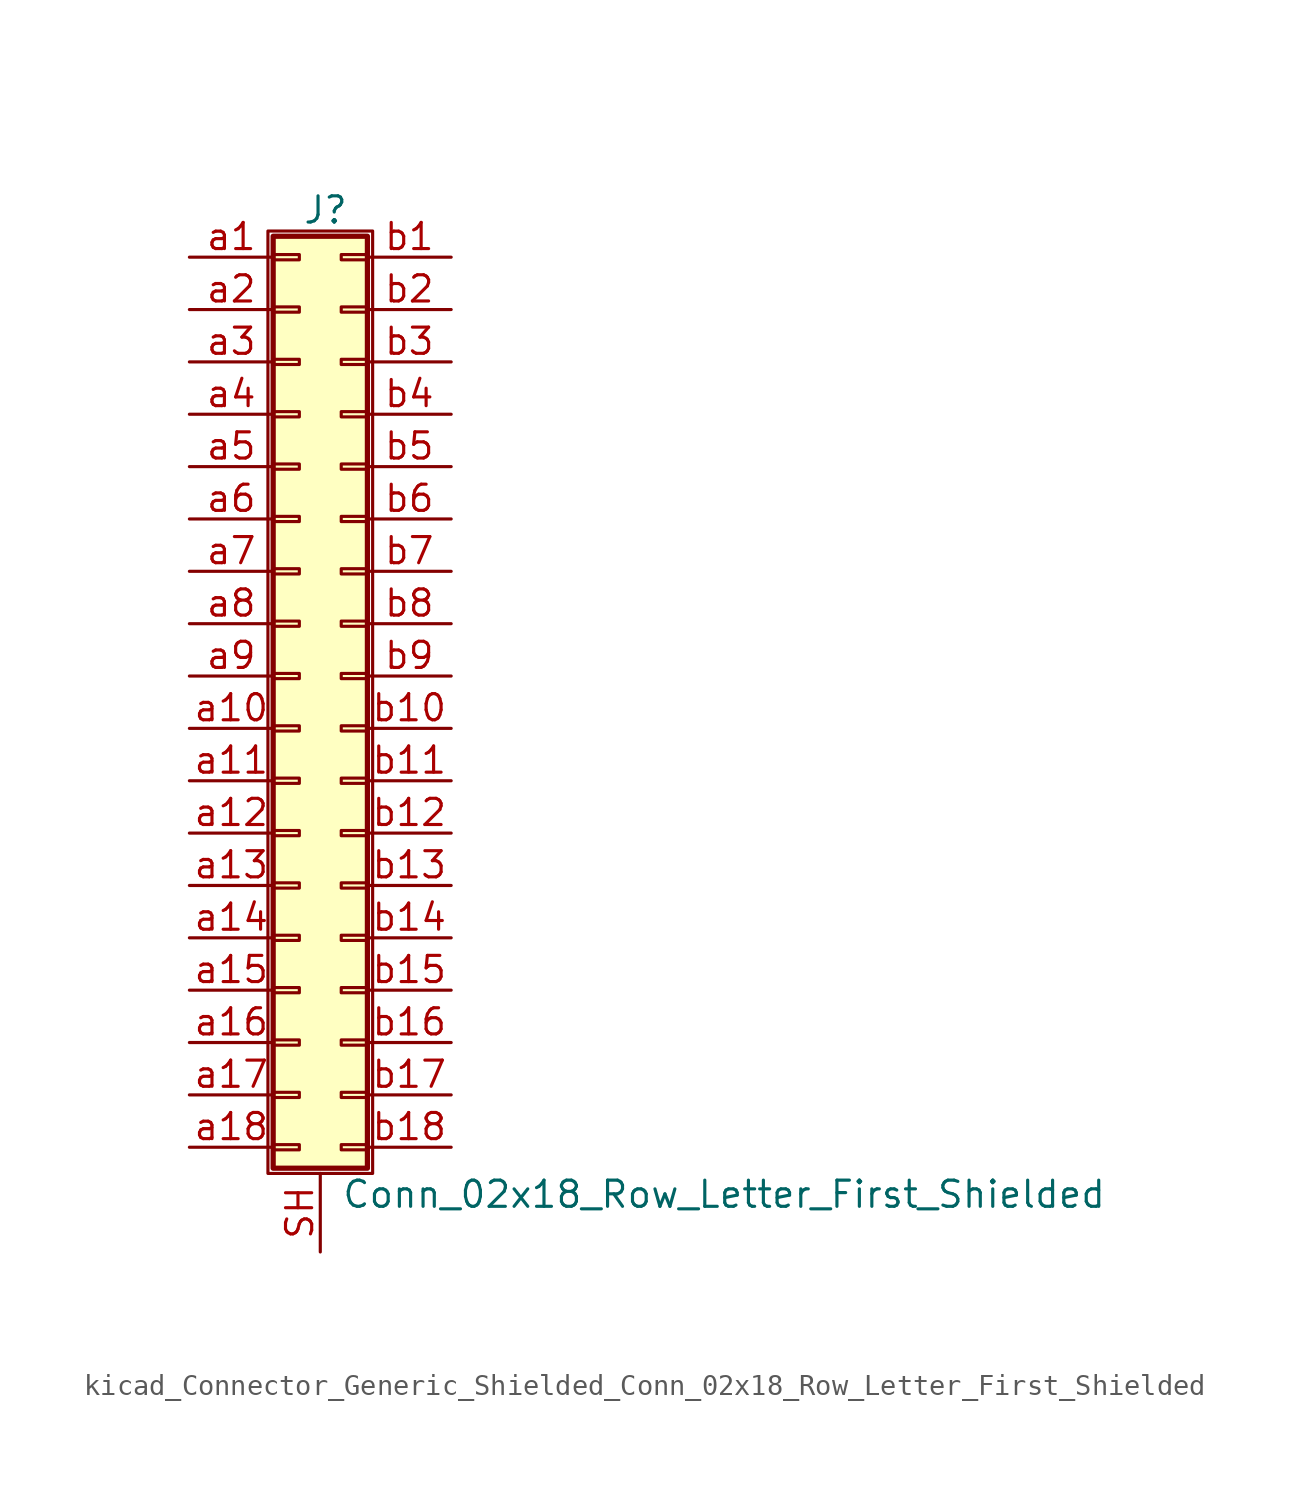
<source format=kicad_sym>
(kicad_symbol_lib
  (version 20220914)
  (generator kicad_symbol_editor)
  (symbol "kicad_Connector_Generic_Shielded_Conn_02x18_Row_Letter_First_Shielded"
    (pin_names
      (offset 1.016) hide)
    (property "Reference" "J"
      (at 1.524 22.606 0)
      (effects (font (size 1.27 1.27))))
    (property "Value" "Conn_02x18_Row_Letter_First_Shielded"
      (at 2.286 -25.146 0)
      (effects (font (size 1.27 1.27)) (justify left)))
    (symbol "kicad_Connector_Generic_Shielded_Conn_02x18_Row_Letter_First_Shielded_1_1"
      (rectangle (start -1.27 21.59) (end 3.81 -24.13) (stroke (width 0.152) (type default)) (fill (type none)))
      (rectangle (start -1.016 -22.733) (end 0.254 -22.987) (stroke (width 0.152) (type default)) (fill (type none)))
      (rectangle (start -1.016 -20.193) (end 0.254 -20.447) (stroke (width 0.152) (type default)) (fill (type none)))
      (rectangle (start -1.016 -17.653) (end 0.254 -17.907) (stroke (width 0.152) (type default)) (fill (type none)))
      (rectangle (start -1.016 -15.113) (end 0.254 -15.367) (stroke (width 0.152) (type default)) (fill (type none)))
      (rectangle (start -1.016 -12.573) (end 0.254 -12.827) (stroke (width 0.152) (type default)) (fill (type none)))
      (rectangle (start -1.016 -10.033) (end 0.254 -10.287) (stroke (width 0.152) (type default)) (fill (type none)))
      (rectangle (start -1.016 -7.493) (end 0.254 -7.747) (stroke (width 0.152) (type default)) (fill (type none)))
      (rectangle (start -1.016 -4.953) (end 0.254 -5.207) (stroke (width 0.152) (type default)) (fill (type none)))
      (rectangle (start -1.016 -2.413) (end 0.254 -2.667) (stroke (width 0.152) (type default)) (fill (type none)))
      (rectangle (start -1.016 0.127) (end 0.254 -0.127) (stroke (width 0.152) (type default)) (fill (type none)))
      (rectangle (start -1.016 2.667) (end 0.254 2.413) (stroke (width 0.152) (type default)) (fill (type none)))
      (rectangle (start -1.016 5.207) (end 0.254 4.953) (stroke (width 0.152) (type default)) (fill (type none)))
      (rectangle (start -1.016 7.747) (end 0.254 7.493) (stroke (width 0.152) (type default)) (fill (type none)))
      (rectangle (start -1.016 10.287) (end 0.254 10.033) (stroke (width 0.152) (type default)) (fill (type none)))
      (rectangle (start -1.016 12.827) (end 0.254 12.573) (stroke (width 0.152) (type default)) (fill (type none)))
      (rectangle (start -1.016 15.367) (end 0.254 15.113) (stroke (width 0.152) (type default)) (fill (type none)))
      (rectangle (start -1.016 17.907) (end 0.254 17.653) (stroke (width 0.152) (type default)) (fill (type none)))
      (rectangle (start -1.016 20.447) (end 0.254 20.193) (stroke (width 0.152) (type default)) (fill (type none)))
      (rectangle (start -1.016 21.336) (end 3.556 -23.876) (stroke (width 0.254) (type default)) (fill (type background)))
      (rectangle (start 3.556 -22.733) (end 2.286 -22.987) (stroke (width 0.152) (type default)) (fill (type none)))
      (rectangle (start 3.556 -20.193) (end 2.286 -20.447) (stroke (width 0.152) (type default)) (fill (type none)))
      (rectangle (start 3.556 -17.653) (end 2.286 -17.907) (stroke (width 0.152) (type default)) (fill (type none)))
      (rectangle (start 3.556 -15.113) (end 2.286 -15.367) (stroke (width 0.152) (type default)) (fill (type none)))
      (rectangle (start 3.556 -12.573) (end 2.286 -12.827) (stroke (width 0.152) (type default)) (fill (type none)))
      (rectangle (start 3.556 -10.033) (end 2.286 -10.287) (stroke (width 0.152) (type default)) (fill (type none)))
      (rectangle (start 3.556 -7.493) (end 2.286 -7.747) (stroke (width 0.152) (type default)) (fill (type none)))
      (rectangle (start 3.556 -4.953) (end 2.286 -5.207) (stroke (width 0.152) (type default)) (fill (type none)))
      (rectangle (start 3.556 -2.413) (end 2.286 -2.667) (stroke (width 0.152) (type default)) (fill (type none)))
      (rectangle (start 3.556 0.127) (end 2.286 -0.127) (stroke (width 0.152) (type default)) (fill (type none)))
      (rectangle (start 3.556 2.667) (end 2.286 2.413) (stroke (width 0.152) (type default)) (fill (type none)))
      (rectangle (start 3.556 5.207) (end 2.286 4.953) (stroke (width 0.152) (type default)) (fill (type none)))
      (rectangle (start 3.556 7.747) (end 2.286 7.493) (stroke (width 0.152) (type default)) (fill (type none)))
      (rectangle (start 3.556 10.287) (end 2.286 10.033) (stroke (width 0.152) (type default)) (fill (type none)))
      (rectangle (start 3.556 12.827) (end 2.286 12.573) (stroke (width 0.152) (type default)) (fill (type none)))
      (rectangle (start 3.556 15.367) (end 2.286 15.113) (stroke (width 0.152) (type default)) (fill (type none)))
      (rectangle (start 3.556 17.907) (end 2.286 17.653) (stroke (width 0.152) (type default)) (fill (type none)))
      (rectangle (start 3.556 20.447) (end 2.286 20.193) (stroke (width 0.152) (type default)) (fill (type none)))
      (pin passive line (at 1.27 -27.94 90) (length 3.81) (name "Shield" (effects (font (size 1.27 1.27)))) (number "SH" (effects (font (size 1.27 1.27)))))
      (pin passive line (at -5.08 20.32 0) (length 4.064) (name "Pin_a1" (effects (font (size 1.27 1.27)))) (number "a1" (effects (font (size 1.27 1.27)))))
      (pin passive line (at -5.08 -2.54 0) (length 4.064) (name "Pin_a10" (effects (font (size 1.27 1.27)))) (number "a10" (effects (font (size 1.27 1.27)))))
      (pin passive line (at -5.08 -5.08 0) (length 4.064) (name "Pin_a11" (effects (font (size 1.27 1.27)))) (number "a11" (effects (font (size 1.27 1.27)))))
      (pin passive line (at -5.08 -7.62 0) (length 4.064) (name "Pin_a12" (effects (font (size 1.27 1.27)))) (number "a12" (effects (font (size 1.27 1.27)))))
      (pin passive line (at -5.08 -10.16 0) (length 4.064) (name "Pin_a13" (effects (font (size 1.27 1.27)))) (number "a13" (effects (font (size 1.27 1.27)))))
      (pin passive line (at -5.08 -12.7 0) (length 4.064) (name "Pin_a14" (effects (font (size 1.27 1.27)))) (number "a14" (effects (font (size 1.27 1.27)))))
      (pin passive line (at -5.08 -15.24 0) (length 4.064) (name "Pin_a15" (effects (font (size 1.27 1.27)))) (number "a15" (effects (font (size 1.27 1.27)))))
      (pin passive line (at -5.08 -17.78 0) (length 4.064) (name "Pin_a16" (effects (font (size 1.27 1.27)))) (number "a16" (effects (font (size 1.27 1.27)))))
      (pin passive line (at -5.08 -20.32 0) (length 4.064) (name "Pin_a17" (effects (font (size 1.27 1.27)))) (number "a17" (effects (font (size 1.27 1.27)))))
      (pin passive line (at -5.08 -22.86 0) (length 4.064) (name "Pin_a18" (effects (font (size 1.27 1.27)))) (number "a18" (effects (font (size 1.27 1.27)))))
      (pin passive line (at -5.08 17.78 0) (length 4.064) (name "Pin_a2" (effects (font (size 1.27 1.27)))) (number "a2" (effects (font (size 1.27 1.27)))))
      (pin passive line (at -5.08 15.24 0) (length 4.064) (name "Pin_a3" (effects (font (size 1.27 1.27)))) (number "a3" (effects (font (size 1.27 1.27)))))
      (pin passive line (at -5.08 12.7 0) (length 4.064) (name "Pin_a4" (effects (font (size 1.27 1.27)))) (number "a4" (effects (font (size 1.27 1.27)))))
      (pin passive line (at -5.08 10.16 0) (length 4.064) (name "Pin_a5" (effects (font (size 1.27 1.27)))) (number "a5" (effects (font (size 1.27 1.27)))))
      (pin passive line (at -5.08 7.62 0) (length 4.064) (name "Pin_a6" (effects (font (size 1.27 1.27)))) (number "a6" (effects (font (size 1.27 1.27)))))
      (pin passive line (at -5.08 5.08 0) (length 4.064) (name "Pin_a7" (effects (font (size 1.27 1.27)))) (number "a7" (effects (font (size 1.27 1.27)))))
      (pin passive line (at -5.08 2.54 0) (length 4.064) (name "Pin_a8" (effects (font (size 1.27 1.27)))) (number "a8" (effects (font (size 1.27 1.27)))))
      (pin passive line (at -5.08 0 0) (length 4.064) (name "Pin_a9" (effects (font (size 1.27 1.27)))) (number "a9" (effects (font (size 1.27 1.27)))))
      (pin passive line (at 7.62 20.32 180) (length 4.064) (name "Pin_b1" (effects (font (size 1.27 1.27)))) (number "b1" (effects (font (size 1.27 1.27)))))
      (pin passive line (at 7.62 -2.54 180) (length 4.064) (name "Pin_b10" (effects (font (size 1.27 1.27)))) (number "b10" (effects (font (size 1.27 1.27)))))
      (pin passive line (at 7.62 -5.08 180) (length 4.064) (name "Pin_b11" (effects (font (size 1.27 1.27)))) (number "b11" (effects (font (size 1.27 1.27)))))
      (pin passive line (at 7.62 -7.62 180) (length 4.064) (name "Pin_b12" (effects (font (size 1.27 1.27)))) (number "b12" (effects (font (size 1.27 1.27)))))
      (pin passive line (at 7.62 -10.16 180) (length 4.064) (name "Pin_b13" (effects (font (size 1.27 1.27)))) (number "b13" (effects (font (size 1.27 1.27)))))
      (pin passive line (at 7.62 -12.7 180) (length 4.064) (name "Pin_b14" (effects (font (size 1.27 1.27)))) (number "b14" (effects (font (size 1.27 1.27)))))
      (pin passive line (at 7.62 -15.24 180) (length 4.064) (name "Pin_b15" (effects (font (size 1.27 1.27)))) (number "b15" (effects (font (size 1.27 1.27)))))
      (pin passive line (at 7.62 -17.78 180) (length 4.064) (name "Pin_b16" (effects (font (size 1.27 1.27)))) (number "b16" (effects (font (size 1.27 1.27)))))
      (pin passive line (at 7.62 -20.32 180) (length 4.064) (name "Pin_b17" (effects (font (size 1.27 1.27)))) (number "b17" (effects (font (size 1.27 1.27)))))
      (pin passive line (at 7.62 -22.86 180) (length 4.064) (name "Pin_b18" (effects (font (size 1.27 1.27)))) (number "b18" (effects (font (size 1.27 1.27)))))
      (pin passive line (at 7.62 17.78 180) (length 4.064) (name "Pin_b2" (effects (font (size 1.27 1.27)))) (number "b2" (effects (font (size 1.27 1.27)))))
      (pin passive line (at 7.62 15.24 180) (length 4.064) (name "Pin_b3" (effects (font (size 1.27 1.27)))) (number "b3" (effects (font (size 1.27 1.27)))))
      (pin passive line (at 7.62 12.7 180) (length 4.064) (name "Pin_b4" (effects (font (size 1.27 1.27)))) (number "b4" (effects (font (size 1.27 1.27)))))
      (pin passive line (at 7.62 10.16 180) (length 4.064) (name "Pin_b5" (effects (font (size 1.27 1.27)))) (number "b5" (effects (font (size 1.27 1.27)))))
      (pin passive line (at 7.62 7.62 180) (length 4.064) (name "Pin_b6" (effects (font (size 1.27 1.27)))) (number "b6" (effects (font (size 1.27 1.27)))))
      (pin passive line (at 7.62 5.08 180) (length 4.064) (name "Pin_b7" (effects (font (size 1.27 1.27)))) (number "b7" (effects (font (size 1.27 1.27)))))
      (pin passive line (at 7.62 2.54 180) (length 4.064) (name "Pin_b8" (effects (font (size 1.27 1.27)))) (number "b8" (effects (font (size 1.27 1.27)))))
      (pin passive line (at 7.62 0 180) (length 4.064) (name "Pin_b9" (effects (font (size 1.27 1.27)))) (number "b9" (effects (font (size 1.27 1.27))))))))
</source>
